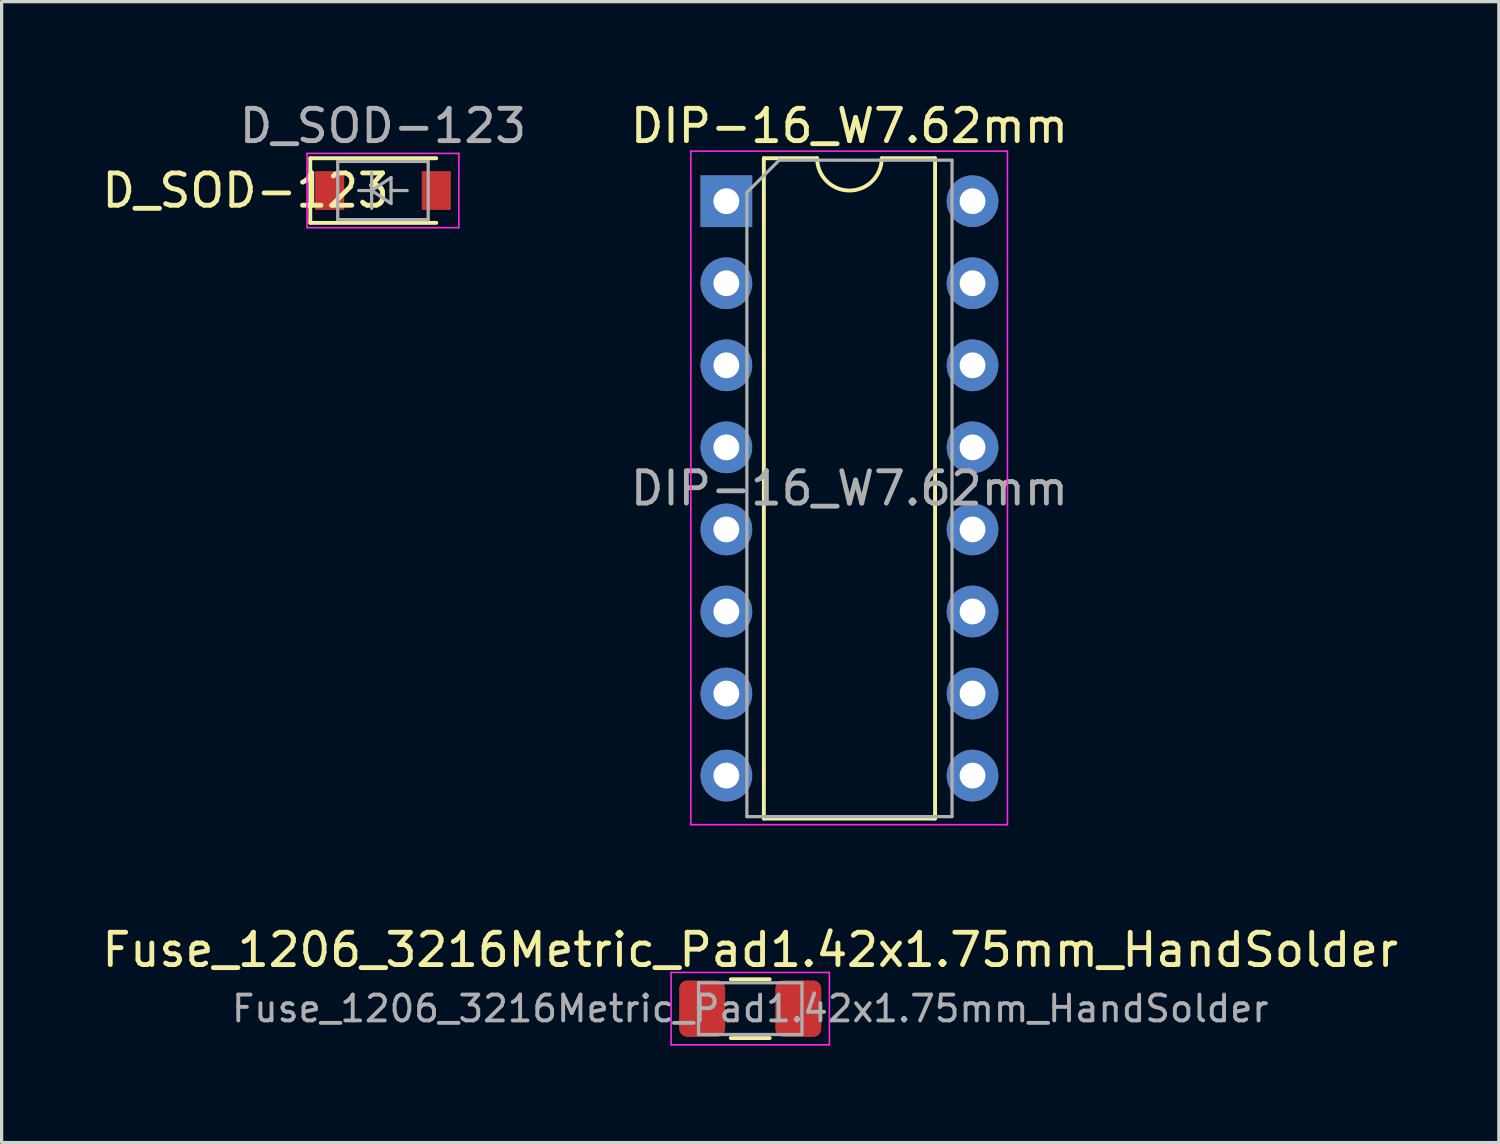
<source format=kicad_pcb>
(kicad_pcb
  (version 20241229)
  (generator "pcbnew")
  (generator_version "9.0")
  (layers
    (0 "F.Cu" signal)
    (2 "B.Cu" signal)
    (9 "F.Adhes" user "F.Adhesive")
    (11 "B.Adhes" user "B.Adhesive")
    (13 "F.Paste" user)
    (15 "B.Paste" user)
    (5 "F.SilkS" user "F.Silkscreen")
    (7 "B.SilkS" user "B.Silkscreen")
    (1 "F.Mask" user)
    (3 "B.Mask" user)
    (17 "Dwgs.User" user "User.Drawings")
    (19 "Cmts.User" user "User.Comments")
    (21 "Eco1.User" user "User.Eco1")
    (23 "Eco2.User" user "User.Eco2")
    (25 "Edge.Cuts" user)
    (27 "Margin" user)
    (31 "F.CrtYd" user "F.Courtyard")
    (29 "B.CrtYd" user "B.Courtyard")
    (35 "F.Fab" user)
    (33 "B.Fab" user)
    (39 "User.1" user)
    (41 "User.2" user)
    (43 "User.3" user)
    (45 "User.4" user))
  (footprint "Fuse_1206_3216Metric_Pad1.42x1.75mm_HandSolder"
    (layer "F.Cu")
    (at 20.173 28.172)
    (property "Reference" "Fuse_1206_3216Metric_Pad1.42x1.75mm_HandSolder" (at 0 -1.82 0) (layer "F.SilkS") (effects (font (size 1 1) (thickness 0.15))))
    (attr smd)
    (fp_line (start -0.602 -0.91) (end 0.602 -0.91) (stroke (width 0.12) (type solid)) (layer "F.SilkS"))
    (fp_line (start -0.602 0.91) (end 0.602 0.91) (stroke (width 0.12) (type solid)) (layer "F.SilkS"))
    (fp_line (start -2.45 -1.12) (end 2.45 -1.12) (stroke (width 0.05) (type solid)) (layer "F.CrtYd"))
    (fp_line (start -2.45 1.12) (end -2.45 -1.12) (stroke (width 0.05) (type solid)) (layer "F.CrtYd"))
    (fp_line (start 2.45 -1.12) (end 2.45 1.12) (stroke (width 0.05) (type solid)) (layer "F.CrtYd"))
    (fp_line (start 2.45 1.12) (end -2.45 1.12) (stroke (width 0.05) (type solid)) (layer "F.CrtYd"))
    (fp_line (start -1.6 -0.8) (end 1.6 -0.8) (stroke (width 0.1) (type solid)) (layer "F.Fab"))
    (fp_line (start -1.6 0.8) (end -1.6 -0.8) (stroke (width 0.1) (type solid)) (layer "F.Fab"))
    (fp_line (start 1.6 -0.8) (end 1.6 0.8) (stroke (width 0.1) (type solid)) (layer "F.Fab"))
    (fp_line (start 1.6 0.8) (end -1.6 0.8) (stroke (width 0.1) (type solid)) (layer "F.Fab"))
    (fp_text user "${REFERENCE}" (at 0 0 0) (layer "F.Fab") (effects (font (size 0.8 0.8) (thickness 0.12))))
    (pad "1" smd roundrect (at -1.488 0) (size 1.425 1.75) (layers "F.Cu" "F.Mask" "F.Paste") (roundrect_rratio 0.175))
    (pad "2" smd roundrect (at 1.488 0) (size 1.425 1.75) (layers "F.Cu" "F.Mask" "F.Paste") (roundrect_rratio 0.175)))
  (footprint "D_SOD-123"
    (layer "F.Cu")
    (at 8.804 2.848)
    (property "Reference" "D_SOD-123" (at -4.25 0 0) (layer "F.SilkS") (effects (font (size 1 1) (thickness 0.15))))
    (attr smd)
    (fp_line (start -2.25 -1) (end -2.25 1) (stroke (width 0.12) (type solid)) (layer "F.SilkS"))
    (fp_line (start -2.25 -1) (end 1.65 -1) (stroke (width 0.12) (type solid)) (layer "F.SilkS"))
    (fp_line (start -2.25 1) (end 1.65 1) (stroke (width 0.12) (type solid)) (layer "F.SilkS"))
    (fp_line (start -2.35 -1.15) (end -2.35 1.15) (stroke (width 0.05) (type solid)) (layer "F.CrtYd"))
    (fp_line (start -2.35 -1.15) (end 2.35 -1.15) (stroke (width 0.05) (type solid)) (layer "F.CrtYd"))
    (fp_line (start 2.35 -1.15) (end 2.35 1.15) (stroke (width 0.05) (type solid)) (layer "F.CrtYd"))
    (fp_line (start 2.35 1.15) (end -2.35 1.15) (stroke (width 0.05) (type solid)) (layer "F.CrtYd"))
    (fp_line (start -1.4 -0.9) (end 1.4 -0.9) (stroke (width 0.1) (type solid)) (layer "F.Fab"))
    (fp_line (start -1.4 0.9) (end -1.4 -0.9) (stroke (width 0.1) (type solid)) (layer "F.Fab"))
    (fp_line (start -0.75 0) (end -0.35 0) (stroke (width 0.1) (type solid)) (layer "F.Fab"))
    (fp_line (start -0.35 0) (end -0.35 -0.55) (stroke (width 0.1) (type solid)) (layer "F.Fab"))
    (fp_line (start -0.35 0) (end -0.35 0.55) (stroke (width 0.1) (type solid)) (layer "F.Fab"))
    (fp_line (start -0.35 0) (end 0.25 -0.4) (stroke (width 0.1) (type solid)) (layer "F.Fab"))
    (fp_line (start 0.25 -0.4) (end 0.25 0.4) (stroke (width 0.1) (type solid)) (layer "F.Fab"))
    (fp_line (start 0.25 0) (end 0.75 0) (stroke (width 0.1) (type solid)) (layer "F.Fab"))
    (fp_line (start 0.25 0.4) (end -0.35 0) (stroke (width 0.1) (type solid)) (layer "F.Fab"))
    (fp_line (start 1.4 -0.9) (end 1.4 0.9) (stroke (width 0.1) (type solid)) (layer "F.Fab"))
    (fp_line (start 1.4 0.9) (end -1.4 0.9) (stroke (width 0.1) (type solid)) (layer "F.Fab"))
    (fp_text user "${REFERENCE}" (at 0 -2 0) (layer "F.Fab") (effects (font (size 1 1) (thickness 0.15))))
    (pad "1" smd rect (at -1.65 0) (size 0.9 1.2) (layers "F.Cu" "F.Mask" "F.Paste"))
    (pad "2" smd rect (at 1.65 0) (size 0.9 1.2) (layers "F.Cu" "F.Mask" "F.Paste")))
  (footprint "DIP-16_W7.62mm"
    (layer "F.Cu")
    (at 19.434 3.178)
    (property "Reference" "DIP-16_W7.62mm" (at 3.81 -2.33 0) (layer "F.SilkS") (effects (font (size 1 1) (thickness 0.15))))
    (attr through_hole)
    (fp_line (start 1.16 -1.33) (end 1.16 19.11) (stroke (width 0.12) (type solid)) (layer "F.SilkS"))
    (fp_line (start 1.16 19.11) (end 6.46 19.11) (stroke (width 0.12) (type solid)) (layer "F.SilkS"))
    (fp_line (start 2.81 -1.33) (end 1.16 -1.33) (stroke (width 0.12) (type solid)) (layer "F.SilkS"))
    (fp_line (start 6.46 -1.33) (end 4.81 -1.33) (stroke (width 0.12) (type solid)) (layer "F.SilkS"))
    (fp_line (start 6.46 19.11) (end 6.46 -1.33) (stroke (width 0.12) (type solid)) (layer "F.SilkS"))
    (fp_arc (start 4.81 -1.33) (mid 3.81 -0.33) (end 2.81 -1.33) (stroke (width 0.12) (type solid)) (layer "F.SilkS"))
    (fp_line (start -1.1 -1.55) (end -1.1 19.3) (stroke (width 0.05) (type solid)) (layer "F.CrtYd"))
    (fp_line (start -1.1 19.3) (end 8.7 19.3) (stroke (width 0.05) (type solid)) (layer "F.CrtYd"))
    (fp_line (start 8.7 -1.55) (end -1.1 -1.55) (stroke (width 0.05) (type solid)) (layer "F.CrtYd"))
    (fp_line (start 8.7 19.3) (end 8.7 -1.55) (stroke (width 0.05) (type solid)) (layer "F.CrtYd"))
    (fp_line (start 0.635 -0.27) (end 1.635 -1.27) (stroke (width 0.1) (type solid)) (layer "F.Fab"))
    (fp_line (start 0.635 19.05) (end 0.635 -0.27) (stroke (width 0.1) (type solid)) (layer "F.Fab"))
    (fp_line (start 1.635 -1.27) (end 6.985 -1.27) (stroke (width 0.1) (type solid)) (layer "F.Fab"))
    (fp_line (start 6.985 -1.27) (end 6.985 19.05) (stroke (width 0.1) (type solid)) (layer "F.Fab"))
    (fp_line (start 6.985 19.05) (end 0.635 19.05) (stroke (width 0.1) (type solid)) (layer "F.Fab"))
    (fp_text user "${REFERENCE}" (at 3.81 8.89 0) (layer "F.Fab") (effects (font (size 1 1) (thickness 0.15))))
    (pad "1" thru_hole rect (at 0 0) (size 1.6 1.6) (drill 0.8) (layers "*.Cu" "*.Mask"))
    (pad "2" thru_hole oval (at 0 2.54) (size 1.6 1.6) (drill 0.8) (layers "*.Cu" "*.Mask"))
    (pad "3" thru_hole oval (at 0 5.08) (size 1.6 1.6) (drill 0.8) (layers "*.Cu" "*.Mask"))
    (pad "4" thru_hole oval (at 0 7.62) (size 1.6 1.6) (drill 0.8) (layers "*.Cu" "*.Mask"))
    (pad "5" thru_hole oval (at 0 10.16) (size 1.6 1.6) (drill 0.8) (layers "*.Cu" "*.Mask"))
    (pad "6" thru_hole oval (at 0 12.7) (size 1.6 1.6) (drill 0.8) (layers "*.Cu" "*.Mask"))
    (pad "7" thru_hole oval (at 0 15.24) (size 1.6 1.6) (drill 0.8) (layers "*.Cu" "*.Mask"))
    (pad "8" thru_hole oval (at 0 17.78) (size 1.6 1.6) (drill 0.8) (layers "*.Cu" "*.Mask"))
    (pad "9" thru_hole oval (at 7.62 17.78) (size 1.6 1.6) (drill 0.8) (layers "*.Cu" "*.Mask"))
    (pad "10" thru_hole oval (at 7.62 15.24) (size 1.6 1.6) (drill 0.8) (layers "*.Cu" "*.Mask"))
    (pad "11" thru_hole oval (at 7.62 12.7) (size 1.6 1.6) (drill 0.8) (layers "*.Cu" "*.Mask"))
    (pad "12" thru_hole oval (at 7.62 10.16) (size 1.6 1.6) (drill 0.8) (layers "*.Cu" "*.Mask"))
    (pad "13" thru_hole oval (at 7.62 7.62) (size 1.6 1.6) (drill 0.8) (layers "*.Cu" "*.Mask"))
    (pad "14" thru_hole oval (at 7.62 5.08) (size 1.6 1.6) (drill 0.8) (layers "*.Cu" "*.Mask"))
    (pad "15" thru_hole oval (at 7.62 2.54) (size 1.6 1.6) (drill 0.8) (layers "*.Cu" "*.Mask"))
    (pad "16" thru_hole oval (at 7.62 0) (size 1.6 1.6) (drill 0.8) (layers "*.Cu" "*.Mask")))
  (gr_rect
    (start -3 -3)
    (end 43.345 32.316)
    (stroke (width 0.1) (type default))
    (fill no)
    (layer "Edge.Cuts")))
</source>
